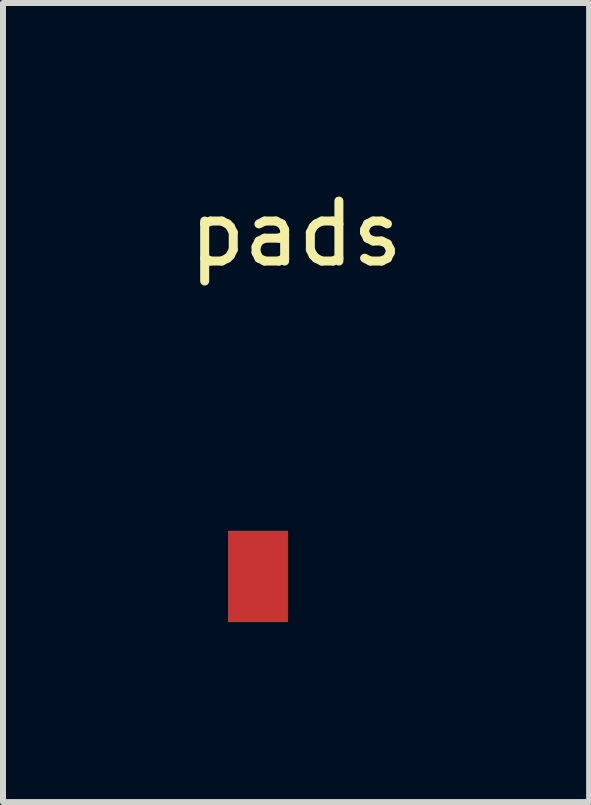
<source format=kicad_pcb>
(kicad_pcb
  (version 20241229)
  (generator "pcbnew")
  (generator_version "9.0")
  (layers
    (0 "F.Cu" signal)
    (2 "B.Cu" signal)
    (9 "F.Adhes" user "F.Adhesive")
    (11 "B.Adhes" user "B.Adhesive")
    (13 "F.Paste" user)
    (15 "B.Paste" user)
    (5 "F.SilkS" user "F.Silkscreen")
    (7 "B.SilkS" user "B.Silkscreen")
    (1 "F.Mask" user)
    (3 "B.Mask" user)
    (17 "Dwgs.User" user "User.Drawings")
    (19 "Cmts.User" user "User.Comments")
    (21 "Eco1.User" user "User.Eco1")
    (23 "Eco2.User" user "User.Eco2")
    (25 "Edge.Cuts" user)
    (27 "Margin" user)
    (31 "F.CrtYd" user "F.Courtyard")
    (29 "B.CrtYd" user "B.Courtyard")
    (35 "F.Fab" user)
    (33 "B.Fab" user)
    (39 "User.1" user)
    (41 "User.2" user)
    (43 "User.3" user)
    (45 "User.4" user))
  (footprint "pads"
    (layer "F.Cu")
    (at 1.252 6.563)
    (property "Reference" "pads" (at 0.635 -5.715 0) (layer "F.SilkS") (effects (font (size 1 1) (thickness 0.15))))
    (attr through_hole)
    (pad "1" smd rect (at 0 0) (size 1 1.524) (layers "F.Cu" "F.Mask" "F.Paste")))
  (gr_rect
    (start -3 -3)
    (end 6.774 10.325)
    (stroke (width 0.1) (type default))
    (fill no)
    (layer "Edge.Cuts")))
</source>
